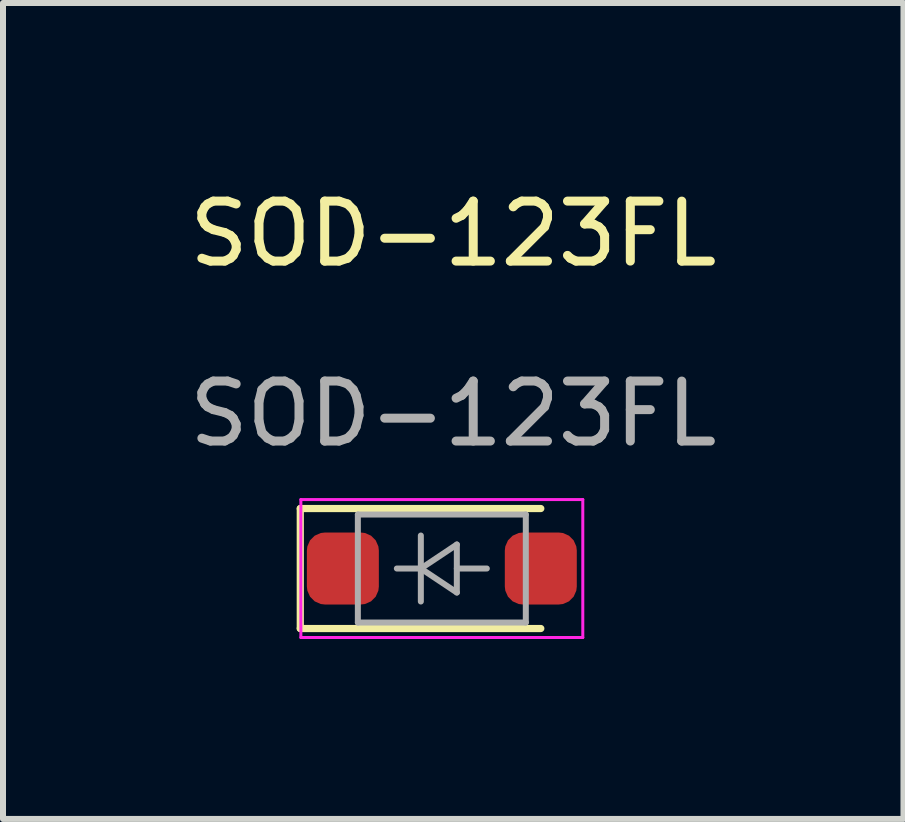
<source format=kicad_pcb>
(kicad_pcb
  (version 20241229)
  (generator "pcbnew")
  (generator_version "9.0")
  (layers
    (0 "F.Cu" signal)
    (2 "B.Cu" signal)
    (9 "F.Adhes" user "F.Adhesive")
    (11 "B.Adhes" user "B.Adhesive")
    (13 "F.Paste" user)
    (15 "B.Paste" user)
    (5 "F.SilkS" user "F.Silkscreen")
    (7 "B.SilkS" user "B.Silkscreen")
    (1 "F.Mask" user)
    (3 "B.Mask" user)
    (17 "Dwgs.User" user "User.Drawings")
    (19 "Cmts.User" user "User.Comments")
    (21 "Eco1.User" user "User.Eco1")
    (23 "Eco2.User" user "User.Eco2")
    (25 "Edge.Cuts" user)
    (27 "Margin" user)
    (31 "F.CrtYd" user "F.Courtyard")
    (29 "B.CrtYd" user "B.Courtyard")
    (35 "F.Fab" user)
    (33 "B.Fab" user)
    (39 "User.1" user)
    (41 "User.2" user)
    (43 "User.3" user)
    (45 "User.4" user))
  (footprint "SOD-123FL"
    (layer "F.Cu")
    (at 4.506 1.348)
    (property "Reference" "SOD-123FL" (at 0 -0.5 0) (unlocked yes) (layer "F.SilkS") (effects (font (size 1 1) (thickness 0.15))))
    (attr smd)
    (fp_line (start -2.55 4.08) (end -2.55 6.08) (stroke (width 0.12) (type solid)) (layer "F.SilkS"))
    (fp_line (start -2.55 4.08) (end 1.46 4.08) (stroke (width 0.12) (type solid)) (layer "F.SilkS"))
    (fp_line (start -2.55 6.08) (end 1.46 6.08) (stroke (width 0.12) (type solid)) (layer "F.SilkS"))
    (fp_line (start -2.54 3.93) (end -2.54 6.23) (stroke (width 0.05) (type solid)) (layer "F.CrtYd"))
    (fp_line (start -2.54 3.93) (end 2.16 3.93) (stroke (width 0.05) (type solid)) (layer "F.CrtYd"))
    (fp_line (start 2.16 3.93) (end 2.16 6.23) (stroke (width 0.05) (type solid)) (layer "F.CrtYd"))
    (fp_line (start 2.16 6.23) (end -2.54 6.23) (stroke (width 0.05) (type solid)) (layer "F.CrtYd"))
    (fp_line (start -1.59 4.18) (end 1.21 4.18) (stroke (width 0.1) (type solid)) (layer "F.Fab"))
    (fp_line (start -1.59 5.98) (end -1.59 4.18) (stroke (width 0.1) (type solid)) (layer "F.Fab"))
    (fp_line (start -0.94 5.08) (end -0.54 5.08) (stroke (width 0.1) (type solid)) (layer "F.Fab"))
    (fp_line (start -0.54 5.08) (end -0.54 4.53) (stroke (width 0.1) (type solid)) (layer "F.Fab"))
    (fp_line (start -0.54 5.08) (end -0.54 5.63) (stroke (width 0.1) (type solid)) (layer "F.Fab"))
    (fp_line (start -0.54 5.08) (end 0.06 4.68) (stroke (width 0.1) (type solid)) (layer "F.Fab"))
    (fp_line (start 0.06 4.68) (end 0.06 5.48) (stroke (width 0.1) (type solid)) (layer "F.Fab"))
    (fp_line (start 0.06 5.08) (end 0.56 5.08) (stroke (width 0.1) (type solid)) (layer "F.Fab"))
    (fp_line (start 0.06 5.48) (end -0.54 5.08) (stroke (width 0.1) (type solid)) (layer "F.Fab"))
    (fp_line (start 1.21 4.18) (end 1.21 5.98) (stroke (width 0.1) (type solid)) (layer "F.Fab"))
    (fp_line (start 1.21 5.98) (end -1.59 5.98) (stroke (width 0.1) (type solid)) (layer "F.Fab"))
    (fp_text user "${REFERENCE}" (at 0 2.5 0) (unlocked yes) (layer "F.Fab") (effects (font (size 1 1) (thickness 0.15))))
    (pad "1" smd roundrect (at -1.84 5.08) (size 1.2 1.2) (layers "F.Cu" "F.Mask" "F.Paste") (roundrect_rratio 0.25))
    (pad "2" smd roundrect (at 1.46 5.08) (size 1.2 1.2) (layers "F.Cu" "F.Mask" "F.Paste") (roundrect_rratio 0.25)))
  (gr_rect
    (start -3 -3)
    (end 12.012 10.603)
    (stroke (width 0.1) (type default))
    (fill no)
    (layer "Edge.Cuts")))
</source>
